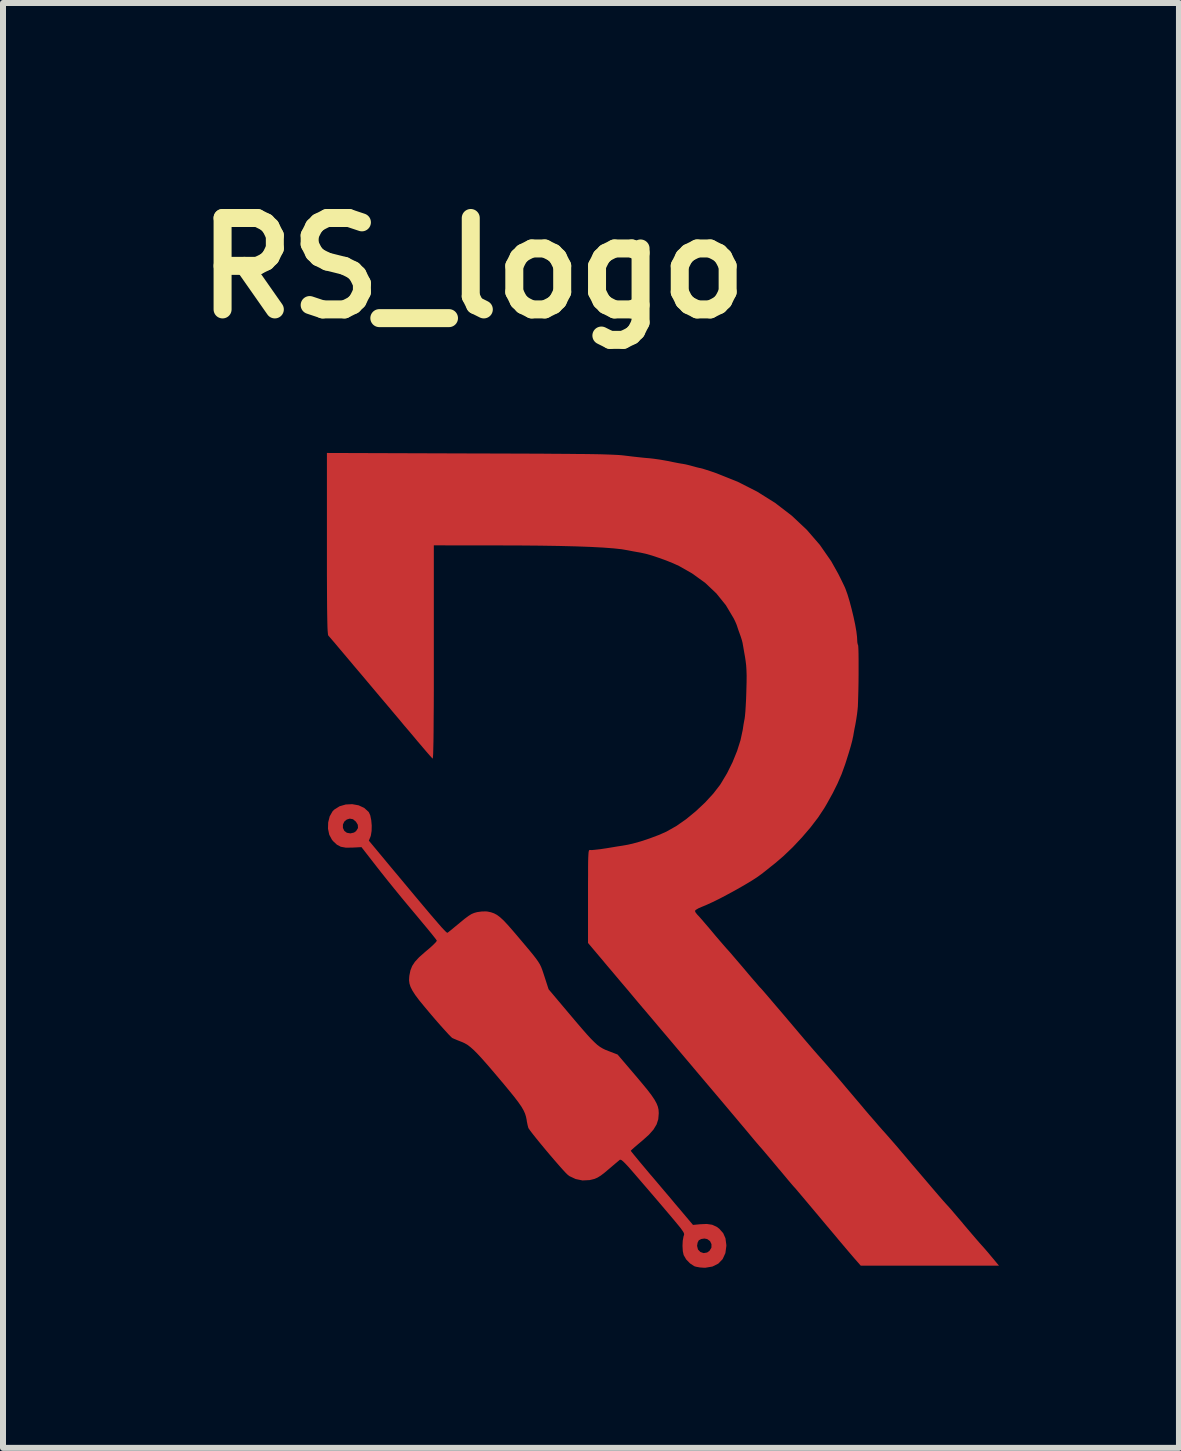
<source format=kicad_pcb>
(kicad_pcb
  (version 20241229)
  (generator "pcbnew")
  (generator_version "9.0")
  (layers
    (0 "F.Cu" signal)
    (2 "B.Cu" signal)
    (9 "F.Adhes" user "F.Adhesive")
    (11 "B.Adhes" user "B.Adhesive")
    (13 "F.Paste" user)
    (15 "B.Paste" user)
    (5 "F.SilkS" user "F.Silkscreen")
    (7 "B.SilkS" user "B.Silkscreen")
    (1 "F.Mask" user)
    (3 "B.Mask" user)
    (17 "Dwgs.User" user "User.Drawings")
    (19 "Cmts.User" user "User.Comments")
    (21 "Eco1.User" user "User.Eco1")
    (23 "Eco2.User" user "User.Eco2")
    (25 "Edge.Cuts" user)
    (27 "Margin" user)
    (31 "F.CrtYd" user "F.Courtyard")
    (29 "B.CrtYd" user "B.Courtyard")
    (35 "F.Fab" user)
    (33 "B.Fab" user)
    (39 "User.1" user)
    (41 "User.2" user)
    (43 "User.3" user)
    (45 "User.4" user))
  (footprint "RS_logo"
    (layer "F.Cu")
    (at 7.783 11.368)
    (property "Reference" "RS_logo" (at -2.95 -9.95 0) (layer "F.SilkS") (effects (font (size 1.524 1.524) (thickness 0.3))))
    (attr board_only exclude_from_pos_files exclude_from_bom)
    (fp_poly (pts (xy -4.856 -0.995) (xy -4.763 -0.952) (xy -4.69 -0.886) (xy -4.685 -0.88) (xy -4.661 -0.826) (xy -4.645 -0.747) (xy -4.637 -0.657) (xy -4.639 -0.569) (xy -4.651 -0.494) (xy -4.658 -0.471) (xy -4.685 -0.406) (xy -4.309 0.046) (xy -4.136 0.253) (xy -3.986 0.433) (xy -3.857 0.587) (xy -3.747 0.718) (xy -3.655 0.827) (xy -3.579 0.915) (xy -3.518 0.986) (xy -3.47 1.041) (xy -3.433 1.08) (xy -3.407 1.107) (xy -3.389 1.123) (xy -3.377 1.129) (xy -3.373 1.129) (xy -3.352 1.113) (xy -3.308 1.078) (xy -3.248 1.028) (xy -3.177 0.97) (xy -3.168 0.962) (xy -3.085 0.894) (xy -3.023 0.848) (xy -2.973 0.817) (xy -2.927 0.798) (xy -2.879 0.785) (xy -2.878 0.785) (xy -2.806 0.775) (xy -2.736 0.773) (xy -2.706 0.776) (xy -2.649 0.788) (xy -2.598 0.806) (xy -2.549 0.832) (xy -2.497 0.871) (xy -2.438 0.925) (xy -2.369 0.999) (xy -2.284 1.096) (xy -2.192 1.204) (xy -2.09 1.325) (xy -2.009 1.421) (xy -1.946 1.498) (xy -1.898 1.56) (xy -1.862 1.611) (xy -1.835 1.655) (xy -1.814 1.698) (xy -1.796 1.744) (xy -1.778 1.797) (xy -1.757 1.861) (xy -1.689 2.071) (xy -1.357 2.465) (xy -1.236 2.608) (xy -1.135 2.726) (xy -1.052 2.821) (xy -0.983 2.896) (xy -0.925 2.954) (xy -0.876 2.999) (xy -0.83 3.033) (xy -0.786 3.059) (xy -0.741 3.081) (xy -0.691 3.101) (xy -0.687 3.102) (xy -0.539 3.159) (xy -0.243 3.506) (xy -0.132 3.638) (xy -0.043 3.746) (xy 0.025 3.835) (xy 0.075 3.909) (xy 0.11 3.972) (xy 0.132 4.027) (xy 0.144 4.08) (xy 0.147 4.133) (xy 0.147 4.142) (xy 0.139 4.238) (xy 0.111 4.324) (xy 0.06 4.409) (xy -0.017 4.496) (xy -0.124 4.592) (xy -0.137 4.603) (xy -0.206 4.661) (xy -0.263 4.71) (xy -0.302 4.745) (xy -0.319 4.762) (xy -0.319 4.763) (xy -0.308 4.779) (xy -0.275 4.82) (xy -0.224 4.882) (xy -0.158 4.962) (xy -0.079 5.056) (xy 0.008 5.16) (xy 0.031 5.186) (xy 0.132 5.305) (xy 0.234 5.426) (xy 0.333 5.542) (xy 0.422 5.649) (xy 0.498 5.738) (xy 0.55 5.8) (xy 0.718 5.999) (xy 0.834 5.988) (xy 0.948 5.983) (xy 1.037 5.996) (xy 1.11 6.029) (xy 1.155 6.062) (xy 1.221 6.136) (xy 1.259 6.221) (xy 1.273 6.327) (xy 1.274 6.348) (xy 1.258 6.469) (xy 1.212 6.569) (xy 1.14 6.644) (xy 1.042 6.693) (xy 0.923 6.713) (xy 0.904 6.713) (xy 0.833 6.708) (xy 0.768 6.696) (xy 0.739 6.687) (xy 0.668 6.64) (xy 0.604 6.574) (xy 0.562 6.501) (xy 0.562 6.501) (xy 0.548 6.436) (xy 0.543 6.351) (xy 0.543 6.348) (xy 0.786 6.348) (xy 0.801 6.409) (xy 0.841 6.45) (xy 0.895 6.469) (xy 0.953 6.459) (xy 0.992 6.432) (xy 1.025 6.378) (xy 1.026 6.32) (xy 1.002 6.269) (xy 0.955 6.235) (xy 0.908 6.226) (xy 0.855 6.234) (xy 0.816 6.255) (xy 0.815 6.255) (xy 0.795 6.294) (xy 0.786 6.347) (xy 0.786 6.348) (xy 0.543 6.348) (xy 0.547 6.263) (xy 0.56 6.19) (xy 0.565 6.177) (xy 0.569 6.165) (xy 0.57 6.153) (xy 0.567 6.139) (xy 0.558 6.119) (xy 0.54 6.092) (xy 0.514 6.055) (xy 0.475 6.007) (xy 0.423 5.944) (xy 0.356 5.864) (xy 0.272 5.765) (xy 0.17 5.645) (xy 0.047 5.501) (xy -0.099 5.331) (xy -0.112 5.316) (xy -0.217 5.194) (xy -0.3 5.098) (xy -0.364 5.025) (xy -0.413 4.973) (xy -0.448 4.939) (xy -0.473 4.919) (xy -0.491 4.912) (xy -0.503 4.914) (xy -0.506 4.917) (xy -0.533 4.94) (xy -0.581 4.98) (xy -0.641 5.031) (xy -0.668 5.054) (xy -0.753 5.126) (xy -0.818 5.176) (xy -0.873 5.21) (xy -0.923 5.232) (xy -0.979 5.246) (xy -1.007 5.252) (xy -1.124 5.258) (xy -1.239 5.234) (xy -1.341 5.186) (xy -1.371 5.163) (xy -1.403 5.132) (xy -1.453 5.078) (xy -1.516 5.007) (xy -1.589 4.923) (xy -1.668 4.831) (xy -1.747 4.737) (xy -1.824 4.644) (xy -1.894 4.558) (xy -1.953 4.484) (xy -1.997 4.426) (xy -2.022 4.39) (xy -2.026 4.384) (xy -2.038 4.339) (xy -2.051 4.277) (xy -2.055 4.247) (xy -2.066 4.194) (xy -2.082 4.143) (xy -2.107 4.088) (xy -2.143 4.026) (xy -2.194 3.953) (xy -2.261 3.865) (xy -2.348 3.758) (xy -2.456 3.627) (xy -2.472 3.609) (xy -2.601 3.456) (xy -2.71 3.329) (xy -2.801 3.226) (xy -2.877 3.144) (xy -2.941 3.08) (xy -2.996 3.032) (xy -3.045 2.995) (xy -3.091 2.969) (xy -3.135 2.949) (xy -3.144 2.946) (xy -3.21 2.92) (xy -3.267 2.896) (xy -3.297 2.882) (xy -3.319 2.861) (xy -3.362 2.817) (xy -3.422 2.751) (xy -3.495 2.67) (xy -3.577 2.576) (xy -3.648 2.493) (xy -3.758 2.362) (xy -3.845 2.256) (xy -3.911 2.168) (xy -3.958 2.095) (xy -3.99 2.032) (xy -4.008 1.976) (xy -4.015 1.922) (xy -4.012 1.865) (xy -4.009 1.839) (xy -3.992 1.756) (xy -3.963 1.683) (xy -3.917 1.613) (xy -3.849 1.539) (xy -3.754 1.455) (xy -3.733 1.437) (xy -3.663 1.378) (xy -3.606 1.325) (xy -3.567 1.285) (xy -3.552 1.262) (xy -3.552 1.261) (xy -3.565 1.241) (xy -3.599 1.197) (xy -3.651 1.132) (xy -3.719 1.049) (xy -3.799 0.953) (xy -3.887 0.847) (xy -3.913 0.816) (xy -4.023 0.685) (xy -4.141 0.543) (xy -4.261 0.396) (xy -4.375 0.255) (xy -4.477 0.127) (xy -4.539 0.048) (xy -4.808 -0.298) (xy -4.961 -0.29) (xy -5.069 -0.289) (xy -5.152 -0.304) (xy -5.218 -0.339) (xy -5.28 -0.397) (xy -5.3 -0.421) (xy -5.345 -0.505) (xy -5.366 -0.605) (xy -5.364 -0.675) (xy -5.117 -0.675) (xy -5.117 -0.618) (xy -5.094 -0.569) (xy -5.051 -0.537) (xy -4.992 -0.527) (xy -4.932 -0.541) (xy -4.898 -0.565) (xy -4.866 -0.616) (xy -4.869 -0.67) (xy -4.9 -0.722) (xy -4.949 -0.763) (xy -5.003 -0.773) (xy -5.053 -0.758) (xy -5.094 -0.724) (xy -5.117 -0.675) (xy -5.364 -0.675) (xy -5.363 -0.71) (xy -5.338 -0.81) (xy -5.29 -0.895) (xy -5.261 -0.924) (xy -5.173 -0.979) (xy -5.07 -1.009) (xy -4.962 -1.014)) (stroke (width 0) (type solid)) (fill yes) (layer "F.Cu"))
    (fp_poly (pts (xy -3.016 -6.86) (xy -2.662 -6.859) (xy -2.344 -6.858) (xy -2.06 -6.857) (xy -1.806 -6.856) (xy -1.582 -6.854) (xy -1.385 -6.853) (xy -1.212 -6.851) (xy -1.062 -6.85) (xy -0.933 -6.848) (xy -0.822 -6.846) (xy -0.728 -6.843) (xy -0.648 -6.84) (xy -0.58 -6.837) (xy -0.522 -6.834) (xy -0.472 -6.83) (xy -0.427 -6.825) (xy -0.394 -6.821) (xy -0.286 -6.808) (xy -0.178 -6.796) (xy -0.082 -6.786) (xy -0.011 -6.78) (xy -0.009 -6.78) (xy 0.069 -6.771) (xy 0.168 -6.757) (xy 0.27 -6.739) (xy 0.31 -6.732) (xy 0.395 -6.714) (xy 0.472 -6.699) (xy 0.529 -6.689) (xy 0.55 -6.686) (xy 0.598 -6.677) (xy 0.664 -6.661) (xy 0.7 -6.651) (xy 0.765 -6.633) (xy 0.822 -6.619) (xy 0.844 -6.615) (xy 0.879 -6.606) (xy 0.942 -6.586) (xy 1.022 -6.56) (xy 1.111 -6.529) (xy 1.116 -6.527) (xy 1.463 -6.388) (xy 1.788 -6.223) (xy 2.089 -6.034) (xy 2.365 -5.822) (xy 2.614 -5.588) (xy 2.833 -5.335) (xy 3.022 -5.063) (xy 3.14 -4.852) (xy 3.181 -4.77) (xy 3.218 -4.694) (xy 3.246 -4.635) (xy 3.259 -4.605) (xy 3.293 -4.511) (xy 3.328 -4.395) (xy 3.362 -4.267) (xy 3.394 -4.135) (xy 3.421 -4.008) (xy 3.441 -3.894) (xy 3.452 -3.803) (xy 3.454 -3.766) (xy 3.457 -3.712) (xy 3.464 -3.676) (xy 3.469 -3.669) (xy 3.472 -3.648) (xy 3.475 -3.596) (xy 3.477 -3.518) (xy 3.478 -3.42) (xy 3.478 -3.307) (xy 3.478 -3.185) (xy 3.477 -3.06) (xy 3.475 -2.937) (xy 3.472 -2.823) (xy 3.469 -2.723) (xy 3.466 -2.643) (xy 3.462 -2.598) (xy 3.453 -2.52) (xy 3.439 -2.426) (xy 3.425 -2.345) (xy 3.409 -2.266) (xy 3.396 -2.193) (xy 3.387 -2.14) (xy 3.386 -2.139) (xy 3.372 -2.072) (xy 3.347 -1.978) (xy 3.313 -1.864) (xy 3.273 -1.737) (xy 3.254 -1.678) (xy 3.195 -1.515) (xy 3.127 -1.358) (xy 3.047 -1.197) (xy 2.95 -1.022) (xy 2.906 -0.947) (xy 2.804 -0.793) (xy 2.678 -0.628) (xy 2.534 -0.46) (xy 2.381 -0.297) (xy 2.224 -0.147) (xy 2.092 -0.034) (xy 2.018 0.025) (xy 1.952 0.078) (xy 1.901 0.118) (xy 1.872 0.142) (xy 1.871 0.142) (xy 1.797 0.196) (xy 1.697 0.261) (xy 1.577 0.333) (xy 1.444 0.409) (xy 1.305 0.485) (xy 1.169 0.557) (xy 1.041 0.62) (xy 0.929 0.671) (xy 0.868 0.696) (xy 0.808 0.722) (xy 0.766 0.747) (xy 0.75 0.765) (xy 0.763 0.794) (xy 0.793 0.831) (xy 0.793 0.831) (xy 0.82 0.859) (xy 0.866 0.911) (xy 0.924 0.979) (xy 0.991 1.057) (xy 1.028 1.101) (xy 1.098 1.185) (xy 1.165 1.263) (xy 1.223 1.33) (xy 1.264 1.377) (xy 1.277 1.392) (xy 1.308 1.426) (xy 1.358 1.483) (xy 1.421 1.557) (xy 1.494 1.642) (xy 1.569 1.73) (xy 1.644 1.819) (xy 1.714 1.901) (xy 1.774 1.97) (xy 1.818 2.022) (xy 1.843 2.049) (xy 1.844 2.049) (xy 1.87 2.078) (xy 1.917 2.132) (xy 1.985 2.211) (xy 2.075 2.317) (xy 2.188 2.449) (xy 2.324 2.609) (xy 2.483 2.797) (xy 2.566 2.895) (xy 2.644 2.986) (xy 2.724 3.079) (xy 2.799 3.165) (xy 2.86 3.234) (xy 2.876 3.252) (xy 2.932 3.315) (xy 3.003 3.397) (xy 3.082 3.488) (xy 3.161 3.58) (xy 3.18 3.602) (xy 3.263 3.701) (xy 3.36 3.815) (xy 3.459 3.932) (xy 3.551 4.04) (xy 3.571 4.065) (xy 3.651 4.159) (xy 3.735 4.255) (xy 3.813 4.346) (xy 3.879 4.421) (xy 3.902 4.446) (xy 3.962 4.514) (xy 4.038 4.601) (xy 4.12 4.695) (xy 4.199 4.789) (xy 4.214 4.806) (xy 4.367 4.987) (xy 4.506 5.15) (xy 4.628 5.293) (xy 4.732 5.415) (xy 4.817 5.514) (xy 4.882 5.589) (xy 4.925 5.637) (xy 4.942 5.656) (xy 4.966 5.682) (xy 5.01 5.731) (xy 5.068 5.799) (xy 5.137 5.88) (xy 5.213 5.969) (xy 5.217 5.975) (xy 5.296 6.068) (xy 5.371 6.156) (xy 5.437 6.233) (xy 5.49 6.294) (xy 5.523 6.331) (xy 5.568 6.381) (xy 5.626 6.448) (xy 5.686 6.52) (xy 5.705 6.542) (xy 5.818 6.678) (xy 3.514 6.678) (xy 3.412 6.562) (xy 3.365 6.507) (xy 3.3 6.431) (xy 3.225 6.342) (xy 3.146 6.249) (xy 3.105 6.199) (xy 2.943 6.007) (xy 2.805 5.842) (xy 2.689 5.704) (xy 2.594 5.591) (xy 2.519 5.502) (xy 2.463 5.436) (xy 2.426 5.392) (xy 2.405 5.369) (xy 2.401 5.365) (xy 2.386 5.348) (xy 2.351 5.307) (xy 2.3 5.247) (xy 2.236 5.17) (xy 2.163 5.083) (xy 2.147 5.065) (xy 2.07 4.972) (xy 1.998 4.886) (xy 1.935 4.812) (xy 1.886 4.754) (xy 1.857 4.72) (xy 1.855 4.718) (xy 1.824 4.683) (xy 1.775 4.626) (xy 1.715 4.555) (xy 1.65 4.477) (xy 1.639 4.463) (xy 1.594 4.41) (xy 1.547 4.354) (xy 1.493 4.29) (xy 1.432 4.217) (xy 1.36 4.132) (xy 1.277 4.033) (xy 1.179 3.917) (xy 1.065 3.782) (xy 0.932 3.625) (xy 0.778 3.443) (xy 0.673 3.318) (xy 0.578 3.206) (xy 0.469 3.077) (xy 0.358 2.945) (xy 0.254 2.822) (xy 0.206 2.766) (xy 0.125 2.67) (xy 0.046 2.576) (xy -0.027 2.49) (xy -0.087 2.419) (xy -0.125 2.375) (xy -0.196 2.291) (xy -0.285 2.185) (xy -0.387 2.063) (xy -0.497 1.934) (xy -0.607 1.803) (xy -0.714 1.677) (xy -0.81 1.562) (xy -0.849 1.516) (xy -1.032 1.299) (xy -1.032 0.52) (xy -1.032 0.329) (xy -1.031 0.172) (xy -1.031 0.045) (xy -1.03 -0.053) (xy -1.028 -0.128) (xy -1.025 -0.181) (xy -1.022 -0.217) (xy -1.017 -0.238) (xy -1.011 -0.248) (xy -1.003 -0.251) (xy -0.997 -0.25) (xy -0.966 -0.249) (xy -0.906 -0.255) (xy -0.826 -0.264) (xy -0.733 -0.278) (xy -0.72 -0.28) (xy -0.623 -0.296) (xy -0.533 -0.311) (xy -0.46 -0.322) (xy -0.415 -0.33) (xy -0.413 -0.33) (xy -0.293 -0.355) (xy -0.152 -0.394) (xy -0.002 -0.444) (xy 0.144 -0.499) (xy 0.274 -0.556) (xy 0.281 -0.56) (xy 0.437 -0.648) (xy 0.601 -0.762) (xy 0.764 -0.896) (xy 0.919 -1.041) (xy 1.056 -1.19) (xy 1.169 -1.336) (xy 1.183 -1.358) (xy 1.286 -1.53) (xy 1.377 -1.714) (xy 1.453 -1.901) (xy 1.51 -2.081) (xy 1.545 -2.244) (xy 1.549 -2.267) (xy 1.56 -2.34) (xy 1.574 -2.418) (xy 1.578 -2.436) (xy 1.584 -2.482) (xy 1.591 -2.558) (xy 1.597 -2.656) (xy 1.603 -2.77) (xy 1.607 -2.891) (xy 1.607 -2.899) (xy 1.611 -3.043) (xy 1.612 -3.157) (xy 1.609 -3.249) (xy 1.604 -3.329) (xy 1.595 -3.403) (xy 1.586 -3.462) (xy 1.571 -3.547) (xy 1.558 -3.623) (xy 1.548 -3.679) (xy 1.545 -3.698) (xy 1.534 -3.743) (xy 1.514 -3.806) (xy 1.499 -3.848) (xy 1.477 -3.909) (xy 1.46 -3.959) (xy 1.454 -3.979) (xy 1.442 -4.012) (xy 1.419 -4.065) (xy 1.396 -4.111) (xy 1.266 -4.33) (xy 1.108 -4.526) (xy 0.921 -4.703) (xy 0.703 -4.86) (xy 0.485 -4.984) (xy 0.389 -5.028) (xy 0.276 -5.074) (xy 0.154 -5.118) (xy 0.035 -5.158) (xy -0.071 -5.188) (xy -0.154 -5.206) (xy -0.158 -5.207) (xy -0.217 -5.217) (xy -0.294 -5.231) (xy -0.366 -5.245) (xy -0.469 -5.263) (xy -0.607 -5.278) (xy -0.78 -5.291) (xy -0.989 -5.302) (xy -1.233 -5.311) (xy -1.513 -5.318) (xy -1.83 -5.323) (xy -2.184 -5.326) (xy -2.574 -5.327) (xy -2.603 -5.327) (xy -3.602 -5.328) (xy -3.602 -3.544) (xy -3.602 -3.207) (xy -3.602 -2.906) (xy -3.603 -2.641) (xy -3.605 -2.413) (xy -3.606 -2.22) (xy -3.608 -2.063) (xy -3.611 -1.94) (xy -3.613 -1.851) (xy -3.617 -1.796) (xy -3.62 -1.774) (xy -3.621 -1.773) (xy -3.638 -1.79) (xy -3.676 -1.832) (xy -3.73 -1.894) (xy -3.797 -1.973) (xy -3.874 -2.063) (xy -3.919 -2.117) (xy -4.007 -2.222) (xy -4.096 -2.326) (xy -4.178 -2.425) (xy -4.249 -2.509) (xy -4.304 -2.574) (xy -4.316 -2.589) (xy -4.504 -2.811) (xy -4.669 -3.007) (xy -4.812 -3.177) (xy -4.936 -3.323) (xy -5.04 -3.447) (xy -5.127 -3.55) (xy -5.198 -3.634) (xy -5.254 -3.701) (xy -5.297 -3.751) (xy -5.328 -3.787) (xy -5.348 -3.81) (xy -5.359 -3.822) (xy -5.36 -3.824) (xy -5.365 -3.835) (xy -5.368 -3.862) (xy -5.372 -3.905) (xy -5.375 -3.968) (xy -5.377 -4.052) (xy -5.379 -4.159) (xy -5.381 -4.291) (xy -5.382 -4.451) (xy -5.383 -4.64) (xy -5.384 -4.86) (xy -5.384 -5.115) (xy -5.384 -5.358) (xy -5.384 -6.868)) (stroke (width 0) (type solid)) (fill yes) (layer "F.Cu"))
    (fp_poly (pts (xy -4.854 -0.992) (xy -4.761 -0.949) (xy -4.688 -0.884) (xy -4.683 -0.878) (xy -4.659 -0.824) (xy -4.643 -0.745) (xy -4.635 -0.655) (xy -4.637 -0.566) (xy -4.649 -0.491) (xy -4.656 -0.469) (xy -4.683 -0.403) (xy -4.307 0.049) (xy -4.134 0.255) (xy -3.984 0.435) (xy -3.855 0.589) (xy -3.745 0.72) (xy -3.653 0.829) (xy -3.577 0.918) (xy -3.516 0.989) (xy -3.468 1.043) (xy -3.431 1.083) (xy -3.404 1.109) (xy -3.386 1.125) (xy -3.375 1.131) (xy -3.371 1.131) (xy -3.35 1.115) (xy -3.306 1.08) (xy -3.246 1.031) (xy -3.175 0.972) (xy -3.166 0.964) (xy -3.083 0.897) (xy -3.021 0.85) (xy -2.971 0.819) (xy -2.925 0.8) (xy -2.876 0.787) (xy -2.876 0.787) (xy -2.804 0.777) (xy -2.734 0.775) (xy -2.704 0.778) (xy -2.647 0.79) (xy -2.596 0.808) (xy -2.547 0.835) (xy -2.495 0.873) (xy -2.436 0.928) (xy -2.367 1.001) (xy -2.282 1.098) (xy -2.19 1.206) (xy -2.088 1.327) (xy -2.007 1.424) (xy -1.944 1.501) (xy -1.896 1.562) (xy -1.86 1.613) (xy -1.833 1.658) (xy -1.812 1.7) (xy -1.794 1.746) (xy -1.776 1.799) (xy -1.755 1.863) (xy -1.687 2.073) (xy -1.355 2.467) (xy -1.234 2.61) (xy -1.133 2.728) (xy -1.05 2.823) (xy -0.981 2.898) (xy -0.923 2.956) (xy -0.873 3.001) (xy -0.828 3.035) (xy -0.784 3.061) (xy -0.739 3.083) (xy -0.688 3.103) (xy -0.685 3.105) (xy -0.537 3.161) (xy -0.241 3.508) (xy -0.129 3.64) (xy -0.041 3.749) (xy 0.027 3.838) (xy 0.078 3.911) (xy 0.112 3.974) (xy 0.134 4.03) (xy 0.146 4.082) (xy 0.149 4.135) (xy 0.149 4.145) (xy 0.141 4.24) (xy 0.113 4.327) (xy 0.062 4.411) (xy -0.015 4.498) (xy -0.122 4.595) (xy -0.135 4.605) (xy -0.204 4.663) (xy -0.261 4.712) (xy -0.3 4.747) (xy -0.317 4.764) (xy -0.317 4.765) (xy -0.306 4.781) (xy -0.273 4.822) (xy -0.222 4.884) (xy -0.156 4.964) (xy -0.077 5.058) (xy 0.011 5.162) (xy 0.033 5.189) (xy 0.134 5.307) (xy 0.236 5.428) (xy 0.335 5.545) (xy 0.425 5.651) (xy 0.5 5.74) (xy 0.552 5.802) (xy 0.72 6.001) (xy 0.836 5.99) (xy 0.95 5.986) (xy 1.039 5.999) (xy 1.112 6.031) (xy 1.157 6.065) (xy 1.223 6.138) (xy 1.261 6.223) (xy 1.275 6.329) (xy 1.276 6.35) (xy 1.26 6.471) (xy 1.214 6.571) (xy 1.142 6.647) (xy 1.044 6.695) (xy 0.925 6.715) (xy 0.906 6.715) (xy 0.835 6.71) (xy 0.77 6.699) (xy 0.741 6.689) (xy 0.67 6.643) (xy 0.606 6.576) (xy 0.564 6.504) (xy 0.564 6.504) (xy 0.55 6.438) (xy 0.545 6.353) (xy 0.545 6.35) (xy 0.788 6.35) (xy 0.803 6.411) (xy 0.843 6.453) (xy 0.897 6.471) (xy 0.955 6.462) (xy 0.994 6.434) (xy 1.027 6.38) (xy 1.029 6.322) (xy 1.004 6.271) (xy 0.957 6.237) (xy 0.91 6.228) (xy 0.857 6.237) (xy 0.818 6.257) (xy 0.817 6.258) (xy 0.797 6.296) (xy 0.788 6.349) (xy 0.788 6.35) (xy 0.545 6.35) (xy 0.549 6.265) (xy 0.562 6.192) (xy 0.567 6.179) (xy 0.571 6.167) (xy 0.572 6.155) (xy 0.569 6.141) (xy 0.56 6.121) (xy 0.543 6.094) (xy 0.516 6.058) (xy 0.477 6.009) (xy 0.425 5.946) (xy 0.358 5.866) (xy 0.274 5.767) (xy 0.172 5.647) (xy 0.049 5.503) (xy -0.097 5.333) (xy -0.11 5.318) (xy -0.214 5.196) (xy -0.298 5.1) (xy -0.362 5.028) (xy -0.411 4.976) (xy -0.446 4.941) (xy -0.471 4.922) (xy -0.488 4.915) (xy -0.501 4.917) (xy -0.504 4.919) (xy -0.531 4.942) (xy -0.579 4.983) (xy -0.639 5.033) (xy -0.666 5.057) (xy -0.751 5.128) (xy -0.816 5.178) (xy -0.87 5.212) (xy -0.921 5.234) (xy -0.977 5.249) (xy -1.005 5.254) (xy -1.122 5.26) (xy -1.237 5.237) (xy -1.339 5.188) (xy -1.369 5.166) (xy -1.401 5.134) (xy -1.451 5.081) (xy -1.514 5.009) (xy -1.587 4.925) (xy -1.666 4.834) (xy -1.745 4.739) (xy -1.822 4.646) (xy -1.892 4.56) (xy -1.951 4.486) (xy -1.995 4.429) (xy -2.02 4.393) (xy -2.024 4.386) (xy -2.036 4.342) (xy -2.049 4.279) (xy -2.053 4.25) (xy -2.064 4.197) (xy -2.08 4.145) (xy -2.105 4.09) (xy -2.141 4.029) (xy -2.192 3.956) (xy -2.259 3.868) (xy -2.346 3.76) (xy -2.454 3.629) (xy -2.47 3.611) (xy -2.599 3.458) (xy -2.708 3.331) (xy -2.799 3.229) (xy -2.875 3.147) (xy -2.939 3.083) (xy -2.994 3.034) (xy -3.043 2.998) (xy -3.088 2.971) (xy -3.133 2.951) (xy -3.142 2.948) (xy -3.208 2.923) (xy -3.265 2.899) (xy -3.294 2.884) (xy -3.317 2.864) (xy -3.36 2.819) (xy -3.42 2.754) (xy -3.493 2.672) (xy -3.575 2.578) (xy -3.646 2.495) (xy -3.756 2.365) (xy -3.843 2.258) (xy -3.909 2.17) (xy -3.956 2.097) (xy -3.988 2.035) (xy -4.006 1.978) (xy -4.012 1.924) (xy -4.01 1.867) (xy -4.007 1.841) (xy -3.99 1.758) (xy -3.961 1.685) (xy -3.915 1.616) (xy -3.846 1.542) (xy -3.752 1.457) (xy -3.731 1.44) (xy -3.661 1.38) (xy -3.604 1.328) (xy -3.565 1.288) (xy -3.55 1.265) (xy -3.55 1.263) (xy -3.563 1.244) (xy -3.597 1.199) (xy -3.649 1.134) (xy -3.717 1.051) (xy -3.797 0.955) (xy -3.885 0.849) (xy -3.911 0.818) (xy -4.021 0.688) (xy -4.139 0.545) (xy -4.258 0.398) (xy -4.373 0.257) (xy -4.475 0.129) (xy -4.537 0.05) (xy -4.806 -0.296) (xy -4.959 -0.287) (xy -5.067 -0.287) (xy -5.15 -0.302) (xy -5.216 -0.337) (xy -5.278 -0.394) (xy -5.298 -0.418) (xy -5.343 -0.503) (xy -5.364 -0.603) (xy -5.362 -0.673) (xy -5.115 -0.673) (xy -5.115 -0.616) (xy -5.092 -0.567) (xy -5.049 -0.534) (xy -4.99 -0.525) (xy -4.93 -0.539) (xy -4.896 -0.563) (xy -4.864 -0.614) (xy -4.867 -0.668) (xy -4.898 -0.72) (xy -4.947 -0.76) (xy -5.001 -0.77) (xy -5.051 -0.756) (xy -5.092 -0.721) (xy -5.115 -0.673) (xy -5.362 -0.673) (xy -5.361 -0.708) (xy -5.336 -0.808) (xy -5.287 -0.892) (xy -5.259 -0.922) (xy -5.171 -0.977) (xy -5.068 -1.007) (xy -4.96 -1.012)) (stroke (width 0) (type solid)) (fill yes) (layer "F.Mask"))
    (fp_poly (pts (xy -3.018 -6.863) (xy -2.664 -6.862) (xy -2.346 -6.86) (xy -2.062 -6.859) (xy -1.808 -6.858) (xy -1.584 -6.857) (xy -1.387 -6.855) (xy -1.214 -6.854) (xy -1.064 -6.852) (xy -0.935 -6.85) (xy -0.824 -6.848) (xy -0.73 -6.845) (xy -0.65 -6.843) (xy -0.582 -6.839) (xy -0.524 -6.836) (xy -0.474 -6.832) (xy -0.429 -6.828) (xy -0.396 -6.824) (xy -0.288 -6.811) (xy -0.18 -6.799) (xy -0.085 -6.789) (xy -0.013 -6.782) (xy -0.011 -6.782) (xy 0.067 -6.774) (xy 0.166 -6.759) (xy 0.268 -6.742) (xy 0.307 -6.734) (xy 0.393 -6.717) (xy 0.47 -6.702) (xy 0.527 -6.691) (xy 0.548 -6.688) (xy 0.596 -6.679) (xy 0.662 -6.663) (xy 0.698 -6.653) (xy 0.763 -6.636) (xy 0.82 -6.622) (xy 0.842 -6.617) (xy 0.877 -6.608) (xy 0.939 -6.589) (xy 1.02 -6.562) (xy 1.109 -6.531) (xy 1.114 -6.53) (xy 1.461 -6.391) (xy 1.786 -6.226) (xy 2.087 -6.036) (xy 2.363 -5.824) (xy 2.612 -5.59) (xy 2.831 -5.337) (xy 3.02 -5.065) (xy 3.138 -4.855) (xy 3.179 -4.772) (xy 3.216 -4.696) (xy 3.244 -4.637) (xy 3.257 -4.608) (xy 3.291 -4.513) (xy 3.326 -4.397) (xy 3.36 -4.269) (xy 3.392 -4.137) (xy 3.419 -4.01) (xy 3.439 -3.897) (xy 3.45 -3.806) (xy 3.452 -3.769) (xy 3.455 -3.715) (xy 3.462 -3.678) (xy 3.467 -3.671) (xy 3.47 -3.651) (xy 3.473 -3.599) (xy 3.475 -3.52) (xy 3.476 -3.422) (xy 3.476 -3.309) (xy 3.476 -3.187) (xy 3.475 -3.062) (xy 3.473 -2.939) (xy 3.47 -2.825) (xy 3.467 -2.725) (xy 3.464 -2.645) (xy 3.46 -2.6) (xy 3.451 -2.522) (xy 3.437 -2.428) (xy 3.422 -2.347) (xy 3.407 -2.268) (xy 3.394 -2.195) (xy 3.384 -2.142) (xy 3.384 -2.141) (xy 3.37 -2.074) (xy 3.345 -1.98) (xy 3.311 -1.866) (xy 3.271 -1.739) (xy 3.252 -1.68) (xy 3.192 -1.517) (xy 3.125 -1.36) (xy 3.045 -1.199) (xy 2.948 -1.024) (xy 2.904 -0.949) (xy 2.802 -0.796) (xy 2.676 -0.631) (xy 2.532 -0.462) (xy 2.378 -0.299) (xy 2.222 -0.149) (xy 2.09 -0.036) (xy 2.015 0.023) (xy 1.95 0.075) (xy 1.899 0.116) (xy 1.87 0.139) (xy 1.869 0.14) (xy 1.795 0.193) (xy 1.695 0.258) (xy 1.575 0.331) (xy 1.442 0.407) (xy 1.303 0.483) (xy 1.167 0.554) (xy 1.039 0.618) (xy 0.927 0.669) (xy 0.866 0.694) (xy 0.806 0.72) (xy 0.764 0.745) (xy 0.748 0.763) (xy 0.761 0.792) (xy 0.791 0.828) (xy 0.791 0.829) (xy 0.818 0.857) (xy 0.864 0.908) (xy 0.922 0.976) (xy 0.989 1.055) (xy 1.026 1.099) (xy 1.096 1.182) (xy 1.163 1.261) (xy 1.22 1.327) (xy 1.262 1.375) (xy 1.275 1.389) (xy 1.306 1.423) (xy 1.356 1.48) (xy 1.419 1.555) (xy 1.492 1.64) (xy 1.567 1.728) (xy 1.642 1.817) (xy 1.712 1.899) (xy 1.772 1.968) (xy 1.816 2.019) (xy 1.841 2.047) (xy 1.841 2.047) (xy 1.868 2.076) (xy 1.915 2.129) (xy 1.983 2.209) (xy 2.073 2.314) (xy 2.186 2.447) (xy 2.322 2.607) (xy 2.481 2.794) (xy 2.564 2.893) (xy 2.642 2.984) (xy 2.722 3.077) (xy 2.797 3.163) (xy 2.858 3.232) (xy 2.874 3.25) (xy 2.93 3.312) (xy 3.001 3.394) (xy 3.08 3.486) (xy 3.159 3.578) (xy 3.178 3.6) (xy 3.261 3.698) (xy 3.358 3.812) (xy 3.457 3.93) (xy 3.549 4.038) (xy 3.569 4.062) (xy 3.649 4.156) (xy 3.733 4.253) (xy 3.811 4.343) (xy 3.877 4.418) (xy 3.9 4.444) (xy 3.96 4.512) (xy 4.036 4.598) (xy 4.118 4.693) (xy 4.197 4.786) (xy 4.212 4.803) (xy 4.365 4.985) (xy 4.504 5.148) (xy 4.625 5.291) (xy 4.73 5.413) (xy 4.815 5.512) (xy 4.88 5.587) (xy 4.923 5.635) (xy 4.94 5.654) (xy 4.964 5.679) (xy 5.008 5.729) (xy 5.066 5.797) (xy 5.135 5.878) (xy 5.211 5.967) (xy 5.215 5.972) (xy 5.294 6.065) (xy 5.369 6.154) (xy 5.435 6.231) (xy 5.488 6.292) (xy 5.521 6.329) (xy 5.566 6.379) (xy 5.623 6.445) (xy 5.684 6.517) (xy 5.703 6.54) (xy 5.816 6.676) (xy 3.512 6.676) (xy 3.41 6.56) (xy 3.363 6.504) (xy 3.298 6.428) (xy 3.223 6.34) (xy 3.144 6.247) (xy 3.103 6.197) (xy 2.941 6.004) (xy 2.803 5.84) (xy 2.687 5.701) (xy 2.592 5.588) (xy 2.517 5.5) (xy 2.461 5.434) (xy 2.423 5.39) (xy 2.403 5.367) (xy 2.399 5.363) (xy 2.384 5.346) (xy 2.349 5.305) (xy 2.298 5.244) (xy 2.233 5.168) (xy 2.161 5.081) (xy 2.145 5.063) (xy 2.068 4.97) (xy 1.995 4.884) (xy 1.933 4.809) (xy 1.884 4.752) (xy 1.854 4.718) (xy 1.853 4.716) (xy 1.822 4.68) (xy 1.773 4.623) (xy 1.713 4.552) (xy 1.648 4.474) (xy 1.636 4.461) (xy 1.592 4.408) (xy 1.545 4.351) (xy 1.491 4.288) (xy 1.43 4.215) (xy 1.358 4.13) (xy 1.275 4.031) (xy 1.177 3.915) (xy 1.063 3.78) (xy 0.93 3.622) (xy 0.776 3.441) (xy 0.671 3.316) (xy 0.576 3.203) (xy 0.467 3.075) (xy 0.355 2.943) (xy 0.252 2.82) (xy 0.204 2.764) (xy 0.123 2.668) (xy 0.043 2.574) (xy -0.029 2.487) (xy -0.089 2.416) (xy -0.127 2.372) (xy -0.198 2.288) (xy -0.287 2.182) (xy -0.389 2.061) (xy -0.499 1.932) (xy -0.609 1.8) (xy -0.716 1.674) (xy -0.812 1.56) (xy -0.851 1.514) (xy -1.034 1.297) (xy -1.034 0.518) (xy -1.034 0.326) (xy -1.033 0.169) (xy -1.033 0.043) (xy -1.032 -0.056) (xy -1.03 -0.13) (xy -1.027 -0.183) (xy -1.024 -0.219) (xy -1.019 -0.24) (xy -1.013 -0.251) (xy -1.005 -0.253) (xy -0.999 -0.252) (xy -0.968 -0.252) (xy -0.908 -0.257) (xy -0.828 -0.267) (xy -0.735 -0.28) (xy -0.722 -0.283) (xy -0.625 -0.298) (xy -0.535 -0.313) (xy -0.463 -0.325) (xy -0.417 -0.332) (xy -0.415 -0.332) (xy -0.295 -0.357) (xy -0.154 -0.397) (xy -0.004 -0.446) (xy 0.141 -0.501) (xy 0.272 -0.558) (xy 0.279 -0.562) (xy 0.435 -0.65) (xy 0.598 -0.765) (xy 0.762 -0.898) (xy 0.917 -1.043) (xy 1.054 -1.193) (xy 1.167 -1.339) (xy 1.181 -1.36) (xy 1.283 -1.533) (xy 1.375 -1.717) (xy 1.451 -1.903) (xy 1.508 -2.083) (xy 1.543 -2.247) (xy 1.547 -2.269) (xy 1.557 -2.342) (xy 1.572 -2.421) (xy 1.575 -2.438) (xy 1.582 -2.484) (xy 1.588 -2.56) (xy 1.595 -2.659) (xy 1.6 -2.772) (xy 1.605 -2.893) (xy 1.605 -2.902) (xy 1.609 -3.045) (xy 1.609 -3.159) (xy 1.607 -3.252) (xy 1.602 -3.331) (xy 1.593 -3.406) (xy 1.584 -3.464) (xy 1.569 -3.549) (xy 1.556 -3.625) (xy 1.546 -3.681) (xy 1.543 -3.7) (xy 1.532 -3.746) (xy 1.512 -3.809) (xy 1.497 -3.85) (xy 1.475 -3.911) (xy 1.458 -3.961) (xy 1.452 -3.982) (xy 1.44 -4.014) (xy 1.417 -4.067) (xy 1.394 -4.113) (xy 1.264 -4.332) (xy 1.106 -4.529) (xy 0.919 -4.705) (xy 0.701 -4.862) (xy 0.483 -4.986) (xy 0.387 -5.03) (xy 0.274 -5.076) (xy 0.152 -5.121) (xy 0.033 -5.16) (xy -0.073 -5.19) (xy -0.156 -5.208) (xy -0.16 -5.209) (xy -0.219 -5.219) (xy -0.297 -5.233) (xy -0.368 -5.248) (xy -0.471 -5.265) (xy -0.609 -5.28) (xy -0.782 -5.293) (xy -0.991 -5.304) (xy -1.235 -5.313) (xy -1.515 -5.32) (xy -1.832 -5.325) (xy -2.186 -5.328) (xy -2.577 -5.33) (xy -2.605 -5.33) (xy -3.604 -5.33) (xy -3.604 -3.547) (xy -3.604 -3.209) (xy -3.605 -2.908) (xy -3.605 -2.644) (xy -3.607 -2.415) (xy -3.608 -2.223) (xy -3.61 -2.065) (xy -3.613 -1.942) (xy -3.615 -1.853) (xy -3.619 -1.798) (xy -3.622 -1.776) (xy -3.623 -1.775) (xy -3.64 -1.793) (xy -3.678 -1.835) (xy -3.732 -1.897) (xy -3.799 -1.975) (xy -3.876 -2.065) (xy -3.921 -2.119) (xy -4.009 -2.224) (xy -4.098 -2.329) (xy -4.18 -2.427) (xy -4.251 -2.511) (xy -4.306 -2.576) (xy -4.318 -2.591) (xy -4.506 -2.814) (xy -4.671 -3.009) (xy -4.814 -3.18) (xy -4.938 -3.326) (xy -5.042 -3.45) (xy -5.129 -3.553) (xy -5.2 -3.637) (xy -5.257 -3.703) (xy -5.299 -3.753) (xy -5.33 -3.789) (xy -5.35 -3.813) (xy -5.361 -3.825) (xy -5.362 -3.826) (xy -5.367 -3.838) (xy -5.371 -3.864) (xy -5.374 -3.908) (xy -5.377 -3.97) (xy -5.379 -4.054) (xy -5.381 -4.161) (xy -5.383 -4.293) (xy -5.384 -4.453) (xy -5.385 -4.642) (xy -5.386 -4.863) (xy -5.386 -5.117) (xy -5.386 -5.36) (xy -5.386 -6.87)) (stroke (width 0) (type solid)) (fill yes) (layer "F.Mask"))
    (fp_poly (pts (xy -4.854 -0.992) (xy -4.761 -0.949) (xy -4.688 -0.884) (xy -4.683 -0.878) (xy -4.659 -0.824) (xy -4.643 -0.745) (xy -4.635 -0.655) (xy -4.637 -0.566) (xy -4.649 -0.491) (xy -4.656 -0.469) (xy -4.683 -0.403) (xy -4.307 0.049) (xy -4.134 0.255) (xy -3.984 0.435) (xy -3.855 0.589) (xy -3.745 0.72) (xy -3.653 0.829) (xy -3.577 0.918) (xy -3.516 0.989) (xy -3.468 1.043) (xy -3.431 1.083) (xy -3.404 1.109) (xy -3.386 1.125) (xy -3.375 1.131) (xy -3.371 1.131) (xy -3.35 1.115) (xy -3.306 1.08) (xy -3.246 1.031) (xy -3.175 0.972) (xy -3.166 0.964) (xy -3.083 0.897) (xy -3.021 0.85) (xy -2.971 0.819) (xy -2.925 0.8) (xy -2.876 0.787) (xy -2.876 0.787) (xy -2.804 0.777) (xy -2.734 0.775) (xy -2.704 0.778) (xy -2.647 0.79) (xy -2.596 0.808) (xy -2.547 0.835) (xy -2.495 0.873) (xy -2.436 0.928) (xy -2.367 1.001) (xy -2.282 1.098) (xy -2.19 1.206) (xy -2.088 1.327) (xy -2.007 1.424) (xy -1.944 1.501) (xy -1.896 1.562) (xy -1.86 1.613) (xy -1.833 1.658) (xy -1.812 1.7) (xy -1.794 1.746) (xy -1.776 1.799) (xy -1.755 1.863) (xy -1.687 2.073) (xy -1.355 2.467) (xy -1.234 2.61) (xy -1.133 2.728) (xy -1.05 2.823) (xy -0.981 2.898) (xy -0.923 2.956) (xy -0.873 3.001) (xy -0.828 3.035) (xy -0.784 3.061) (xy -0.739 3.083) (xy -0.688 3.103) (xy -0.685 3.105) (xy -0.537 3.161) (xy -0.241 3.508) (xy -0.129 3.64) (xy -0.041 3.749) (xy 0.027 3.838) (xy 0.078 3.911) (xy 0.112 3.974) (xy 0.134 4.03) (xy 0.146 4.082) (xy 0.149 4.135) (xy 0.149 4.145) (xy 0.141 4.24) (xy 0.113 4.327) (xy 0.062 4.411) (xy -0.015 4.498) (xy -0.122 4.595) (xy -0.135 4.605) (xy -0.204 4.663) (xy -0.261 4.712) (xy -0.3 4.747) (xy -0.317 4.764) (xy -0.317 4.765) (xy -0.306 4.781) (xy -0.273 4.822) (xy -0.222 4.884) (xy -0.156 4.964) (xy -0.077 5.058) (xy 0.011 5.162) (xy 0.033 5.189) (xy 0.134 5.307) (xy 0.236 5.428) (xy 0.335 5.545) (xy 0.425 5.651) (xy 0.5 5.74) (xy 0.552 5.802) (xy 0.72 6.001) (xy 0.836 5.99) (xy 0.95 5.986) (xy 1.039 5.999) (xy 1.112 6.031) (xy 1.157 6.065) (xy 1.223 6.138) (xy 1.261 6.223) (xy 1.275 6.329) (xy 1.276 6.35) (xy 1.26 6.471) (xy 1.214 6.571) (xy 1.142 6.647) (xy 1.044 6.695) (xy 0.925 6.715) (xy 0.906 6.715) (xy 0.835 6.71) (xy 0.77 6.699) (xy 0.741 6.689) (xy 0.67 6.643) (xy 0.606 6.576) (xy 0.564 6.504) (xy 0.564 6.504) (xy 0.55 6.438) (xy 0.545 6.353) (xy 0.545 6.35) (xy 0.788 6.35) (xy 0.803 6.411) (xy 0.843 6.453) (xy 0.897 6.471) (xy 0.955 6.462) (xy 0.994 6.434) (xy 1.027 6.38) (xy 1.029 6.322) (xy 1.004 6.271) (xy 0.957 6.237) (xy 0.91 6.228) (xy 0.857 6.237) (xy 0.818 6.257) (xy 0.817 6.258) (xy 0.797 6.296) (xy 0.788 6.349) (xy 0.788 6.35) (xy 0.545 6.35) (xy 0.549 6.265) (xy 0.562 6.192) (xy 0.567 6.179) (xy 0.571 6.167) (xy 0.572 6.155) (xy 0.569 6.141) (xy 0.56 6.121) (xy 0.543 6.094) (xy 0.516 6.058) (xy 0.477 6.009) (xy 0.425 5.946) (xy 0.358 5.866) (xy 0.274 5.767) (xy 0.172 5.647) (xy 0.049 5.503) (xy -0.097 5.333) (xy -0.11 5.318) (xy -0.214 5.196) (xy -0.298 5.1) (xy -0.362 5.028) (xy -0.411 4.976) (xy -0.446 4.941) (xy -0.471 4.922) (xy -0.488 4.915) (xy -0.501 4.917) (xy -0.504 4.919) (xy -0.531 4.942) (xy -0.579 4.983) (xy -0.639 5.033) (xy -0.666 5.057) (xy -0.751 5.128) (xy -0.816 5.178) (xy -0.87 5.212) (xy -0.921 5.234) (xy -0.977 5.249) (xy -1.005 5.254) (xy -1.122 5.26) (xy -1.237 5.237) (xy -1.339 5.188) (xy -1.369 5.166) (xy -1.401 5.134) (xy -1.451 5.081) (xy -1.514 5.009) (xy -1.587 4.925) (xy -1.666 4.834) (xy -1.745 4.739) (xy -1.822 4.646) (xy -1.892 4.56) (xy -1.951 4.486) (xy -1.995 4.429) (xy -2.02 4.393) (xy -2.024 4.386) (xy -2.036 4.342) (xy -2.049 4.279) (xy -2.053 4.25) (xy -2.064 4.197) (xy -2.08 4.145) (xy -2.105 4.09) (xy -2.141 4.029) (xy -2.192 3.956) (xy -2.259 3.868) (xy -2.346 3.76) (xy -2.454 3.629) (xy -2.47 3.611) (xy -2.599 3.458) (xy -2.708 3.331) (xy -2.799 3.229) (xy -2.875 3.147) (xy -2.939 3.083) (xy -2.994 3.034) (xy -3.043 2.998) (xy -3.088 2.971) (xy -3.133 2.951) (xy -3.142 2.948) (xy -3.208 2.923) (xy -3.265 2.899) (xy -3.294 2.884) (xy -3.317 2.864) (xy -3.36 2.819) (xy -3.42 2.754) (xy -3.493 2.672) (xy -3.575 2.578) (xy -3.646 2.495) (xy -3.756 2.365) (xy -3.843 2.258) (xy -3.909 2.17) (xy -3.956 2.097) (xy -3.988 2.035) (xy -4.006 1.978) (xy -4.012 1.924) (xy -4.01 1.867) (xy -4.007 1.841) (xy -3.99 1.758) (xy -3.961 1.685) (xy -3.915 1.616) (xy -3.846 1.542) (xy -3.752 1.457) (xy -3.731 1.44) (xy -3.661 1.38) (xy -3.604 1.328) (xy -3.565 1.288) (xy -3.55 1.265) (xy -3.55 1.263) (xy -3.563 1.244) (xy -3.597 1.199) (xy -3.649 1.134) (xy -3.717 1.051) (xy -3.797 0.955) (xy -3.885 0.849) (xy -3.911 0.818) (xy -4.021 0.688) (xy -4.139 0.545) (xy -4.258 0.398) (xy -4.373 0.257) (xy -4.475 0.129) (xy -4.537 0.05) (xy -4.806 -0.296) (xy -4.959 -0.287) (xy -5.067 -0.287) (xy -5.15 -0.302) (xy -5.216 -0.337) (xy -5.278 -0.394) (xy -5.298 -0.418) (xy -5.343 -0.503) (xy -5.364 -0.603) (xy -5.362 -0.673) (xy -5.115 -0.673) (xy -5.115 -0.616) (xy -5.092 -0.567) (xy -5.049 -0.534) (xy -4.99 -0.525) (xy -4.93 -0.539) (xy -4.896 -0.563) (xy -4.864 -0.614) (xy -4.867 -0.668) (xy -4.898 -0.72) (xy -4.947 -0.76) (xy -5.001 -0.77) (xy -5.051 -0.756) (xy -5.092 -0.721) (xy -5.115 -0.673) (xy -5.362 -0.673) (xy -5.361 -0.708) (xy -5.336 -0.808) (xy -5.287 -0.892) (xy -5.259 -0.922) (xy -5.171 -0.977) (xy -5.068 -1.007) (xy -4.96 -1.012)) (stroke (width 0) (type solid)) (fill yes) (layer "F.Paste"))
    (fp_poly (pts (xy -3.016 -6.86) (xy -2.662 -6.859) (xy -2.344 -6.858) (xy -2.06 -6.857) (xy -1.806 -6.856) (xy -1.582 -6.854) (xy -1.385 -6.853) (xy -1.212 -6.851) (xy -1.062 -6.85) (xy -0.933 -6.848) (xy -0.822 -6.846) (xy -0.728 -6.843) (xy -0.648 -6.84) (xy -0.58 -6.837) (xy -0.522 -6.834) (xy -0.472 -6.83) (xy -0.427 -6.825) (xy -0.394 -6.821) (xy -0.286 -6.808) (xy -0.178 -6.796) (xy -0.082 -6.786) (xy -0.011 -6.78) (xy -0.009 -6.78) (xy 0.069 -6.771) (xy 0.168 -6.757) (xy 0.27 -6.739) (xy 0.31 -6.732) (xy 0.395 -6.714) (xy 0.472 -6.699) (xy 0.529 -6.689) (xy 0.55 -6.686) (xy 0.598 -6.677) (xy 0.664 -6.661) (xy 0.7 -6.651) (xy 0.765 -6.633) (xy 0.822 -6.619) (xy 0.844 -6.615) (xy 0.879 -6.606) (xy 0.942 -6.586) (xy 1.022 -6.56) (xy 1.111 -6.529) (xy 1.116 -6.527) (xy 1.463 -6.388) (xy 1.788 -6.223) (xy 2.089 -6.034) (xy 2.365 -5.822) (xy 2.614 -5.588) (xy 2.833 -5.335) (xy 3.022 -5.063) (xy 3.14 -4.852) (xy 3.181 -4.77) (xy 3.218 -4.694) (xy 3.246 -4.635) (xy 3.259 -4.605) (xy 3.293 -4.511) (xy 3.328 -4.395) (xy 3.362 -4.267) (xy 3.394 -4.135) (xy 3.421 -4.008) (xy 3.441 -3.894) (xy 3.452 -3.803) (xy 3.454 -3.766) (xy 3.457 -3.712) (xy 3.464 -3.676) (xy 3.469 -3.669) (xy 3.472 -3.648) (xy 3.475 -3.596) (xy 3.477 -3.518) (xy 3.478 -3.42) (xy 3.478 -3.307) (xy 3.478 -3.185) (xy 3.477 -3.06) (xy 3.475 -2.937) (xy 3.472 -2.823) (xy 3.469 -2.723) (xy 3.466 -2.643) (xy 3.462 -2.598) (xy 3.453 -2.52) (xy 3.439 -2.426) (xy 3.425 -2.345) (xy 3.409 -2.266) (xy 3.396 -2.193) (xy 3.387 -2.14) (xy 3.386 -2.139) (xy 3.372 -2.072) (xy 3.347 -1.978) (xy 3.313 -1.864) (xy 3.273 -1.737) (xy 3.254 -1.678) (xy 3.195 -1.515) (xy 3.127 -1.358) (xy 3.047 -1.197) (xy 2.95 -1.022) (xy 2.906 -0.947) (xy 2.804 -0.793) (xy 2.678 -0.628) (xy 2.534 -0.46) (xy 2.381 -0.297) (xy 2.224 -0.147) (xy 2.092 -0.034) (xy 2.018 0.025) (xy 1.952 0.078) (xy 1.901 0.118) (xy 1.872 0.142) (xy 1.871 0.142) (xy 1.797 0.196) (xy 1.697 0.261) (xy 1.577 0.333) (xy 1.444 0.409) (xy 1.305 0.485) (xy 1.169 0.557) (xy 1.041 0.62) (xy 0.929 0.671) (xy 0.868 0.696) (xy 0.808 0.722) (xy 0.766 0.747) (xy 0.75 0.765) (xy 0.763 0.794) (xy 0.793 0.831) (xy 0.793 0.831) (xy 0.82 0.859) (xy 0.866 0.911) (xy 0.924 0.979) (xy 0.991 1.057) (xy 1.028 1.101) (xy 1.098 1.185) (xy 1.165 1.263) (xy 1.223 1.33) (xy 1.264 1.377) (xy 1.277 1.392) (xy 1.308 1.426) (xy 1.358 1.483) (xy 1.421 1.557) (xy 1.494 1.642) (xy 1.569 1.73) (xy 1.644 1.819) (xy 1.714 1.901) (xy 1.774 1.97) (xy 1.818 2.022) (xy 1.843 2.049) (xy 1.844 2.049) (xy 1.87 2.078) (xy 1.917 2.132) (xy 1.985 2.211) (xy 2.075 2.317) (xy 2.188 2.449) (xy 2.324 2.609) (xy 2.483 2.797) (xy 2.566 2.895) (xy 2.644 2.986) (xy 2.724 3.079) (xy 2.799 3.165) (xy 2.86 3.234) (xy 2.876 3.252) (xy 2.932 3.315) (xy 3.003 3.397) (xy 3.082 3.488) (xy 3.161 3.58) (xy 3.18 3.602) (xy 3.263 3.701) (xy 3.36 3.815) (xy 3.459 3.932) (xy 3.551 4.04) (xy 3.571 4.065) (xy 3.651 4.159) (xy 3.735 4.255) (xy 3.813 4.346) (xy 3.879 4.421) (xy 3.902 4.446) (xy 3.962 4.514) (xy 4.038 4.601) (xy 4.12 4.695) (xy 4.199 4.789) (xy 4.214 4.806) (xy 4.367 4.987) (xy 4.506 5.15) (xy 4.628 5.293) (xy 4.732 5.415) (xy 4.817 5.514) (xy 4.882 5.589) (xy 4.925 5.637) (xy 4.942 5.656) (xy 4.966 5.682) (xy 5.01 5.731) (xy 5.068 5.799) (xy 5.137 5.88) (xy 5.213 5.969) (xy 5.217 5.975) (xy 5.296 6.068) (xy 5.371 6.156) (xy 5.437 6.233) (xy 5.49 6.294) (xy 5.523 6.331) (xy 5.568 6.381) (xy 5.626 6.448) (xy 5.686 6.52) (xy 5.705 6.542) (xy 5.818 6.678) (xy 3.514 6.678) (xy 3.412 6.562) (xy 3.365 6.507) (xy 3.3 6.431) (xy 3.225 6.342) (xy 3.146 6.249) (xy 3.105 6.199) (xy 2.943 6.007) (xy 2.805 5.842) (xy 2.689 5.704) (xy 2.594 5.591) (xy 2.519 5.502) (xy 2.463 5.436) (xy 2.426 5.392) (xy 2.405 5.369) (xy 2.401 5.365) (xy 2.386 5.348) (xy 2.351 5.307) (xy 2.3 5.247) (xy 2.236 5.17) (xy 2.163 5.083) (xy 2.147 5.065) (xy 2.07 4.972) (xy 1.998 4.886) (xy 1.935 4.812) (xy 1.886 4.754) (xy 1.857 4.72) (xy 1.855 4.718) (xy 1.824 4.683) (xy 1.775 4.626) (xy 1.715 4.555) (xy 1.65 4.477) (xy 1.639 4.463) (xy 1.594 4.41) (xy 1.547 4.354) (xy 1.493 4.29) (xy 1.432 4.217) (xy 1.36 4.132) (xy 1.277 4.033) (xy 1.179 3.917) (xy 1.065 3.782) (xy 0.932 3.625) (xy 0.778 3.443) (xy 0.673 3.318) (xy 0.578 3.206) (xy 0.469 3.077) (xy 0.358 2.945) (xy 0.254 2.822) (xy 0.206 2.766) (xy 0.125 2.67) (xy 0.046 2.576) (xy -0.027 2.49) (xy -0.087 2.419) (xy -0.125 2.375) (xy -0.196 2.291) (xy -0.285 2.185) (xy -0.387 2.063) (xy -0.497 1.934) (xy -0.607 1.803) (xy -0.714 1.677) (xy -0.81 1.562) (xy -0.849 1.516) (xy -1.032 1.299) (xy -1.032 0.52) (xy -1.032 0.329) (xy -1.031 0.172) (xy -1.031 0.045) (xy -1.03 -0.053) (xy -1.028 -0.128) (xy -1.025 -0.181) (xy -1.022 -0.217) (xy -1.017 -0.238) (xy -1.011 -0.248) (xy -1.003 -0.251) (xy -0.997 -0.25) (xy -0.966 -0.249) (xy -0.906 -0.255) (xy -0.826 -0.264) (xy -0.733 -0.278) (xy -0.72 -0.28) (xy -0.623 -0.296) (xy -0.533 -0.311) (xy -0.46 -0.322) (xy -0.415 -0.33) (xy -0.413 -0.33) (xy -0.293 -0.355) (xy -0.152 -0.394) (xy -0.002 -0.444) (xy 0.144 -0.499) (xy 0.274 -0.556) (xy 0.281 -0.56) (xy 0.437 -0.648) (xy 0.601 -0.762) (xy 0.764 -0.896) (xy 0.919 -1.041) (xy 1.056 -1.19) (xy 1.169 -1.336) (xy 1.183 -1.358) (xy 1.286 -1.53) (xy 1.377 -1.714) (xy 1.453 -1.901) (xy 1.51 -2.081) (xy 1.545 -2.244) (xy 1.549 -2.267) (xy 1.56 -2.34) (xy 1.574 -2.418) (xy 1.578 -2.436) (xy 1.584 -2.482) (xy 1.591 -2.558) (xy 1.597 -2.656) (xy 1.603 -2.77) (xy 1.607 -2.891) (xy 1.607 -2.899) (xy 1.611 -3.043) (xy 1.612 -3.157) (xy 1.609 -3.249) (xy 1.604 -3.329) (xy 1.595 -3.403) (xy 1.586 -3.462) (xy 1.571 -3.547) (xy 1.558 -3.623) (xy 1.548 -3.679) (xy 1.545 -3.698) (xy 1.534 -3.743) (xy 1.514 -3.806) (xy 1.499 -3.848) (xy 1.477 -3.909) (xy 1.46 -3.959) (xy 1.454 -3.979) (xy 1.442 -4.012) (xy 1.419 -4.065) (xy 1.396 -4.111) (xy 1.266 -4.33) (xy 1.108 -4.526) (xy 0.921 -4.703) (xy 0.703 -4.86) (xy 0.485 -4.984) (xy 0.389 -5.028) (xy 0.276 -5.074) (xy 0.154 -5.118) (xy 0.035 -5.158) (xy -0.071 -5.188) (xy -0.154 -5.206) (xy -0.158 -5.207) (xy -0.217 -5.217) (xy -0.294 -5.231) (xy -0.366 -5.245) (xy -0.469 -5.263) (xy -0.607 -5.278) (xy -0.78 -5.291) (xy -0.989 -5.302) (xy -1.233 -5.311) (xy -1.513 -5.318) (xy -1.83 -5.323) (xy -2.184 -5.326) (xy -2.574 -5.327) (xy -2.603 -5.327) (xy -3.602 -5.328) (xy -3.602 -3.544) (xy -3.602 -3.207) (xy -3.602 -2.906) (xy -3.603 -2.641) (xy -3.605 -2.413) (xy -3.606 -2.22) (xy -3.608 -2.063) (xy -3.611 -1.94) (xy -3.613 -1.851) (xy -3.617 -1.796) (xy -3.62 -1.774) (xy -3.621 -1.773) (xy -3.638 -1.79) (xy -3.676 -1.832) (xy -3.73 -1.894) (xy -3.797 -1.973) (xy -3.874 -2.063) (xy -3.919 -2.117) (xy -4.007 -2.222) (xy -4.096 -2.326) (xy -4.178 -2.425) (xy -4.249 -2.509) (xy -4.304 -2.574) (xy -4.316 -2.589) (xy -4.504 -2.811) (xy -4.669 -3.007) (xy -4.812 -3.177) (xy -4.936 -3.323) (xy -5.04 -3.447) (xy -5.127 -3.55) (xy -5.198 -3.634) (xy -5.254 -3.701) (xy -5.297 -3.751) (xy -5.328 -3.787) (xy -5.348 -3.81) (xy -5.359 -3.822) (xy -5.36 -3.824) (xy -5.365 -3.835) (xy -5.368 -3.862) (xy -5.372 -3.905) (xy -5.375 -3.968) (xy -5.377 -4.052) (xy -5.379 -4.159) (xy -5.381 -4.291) (xy -5.382 -4.451) (xy -5.383 -4.64) (xy -5.384 -4.86) (xy -5.384 -5.115) (xy -5.384 -5.358) (xy -5.384 -6.868)) (stroke (width 0) (type solid)) (fill yes) (layer "F.Paste")))
  (gr_rect
    (start -3 -3)
    (end 16.601 21.083)
    (stroke (width 0.1) (type default))
    (fill no)
    (layer "Edge.Cuts")))
</source>
